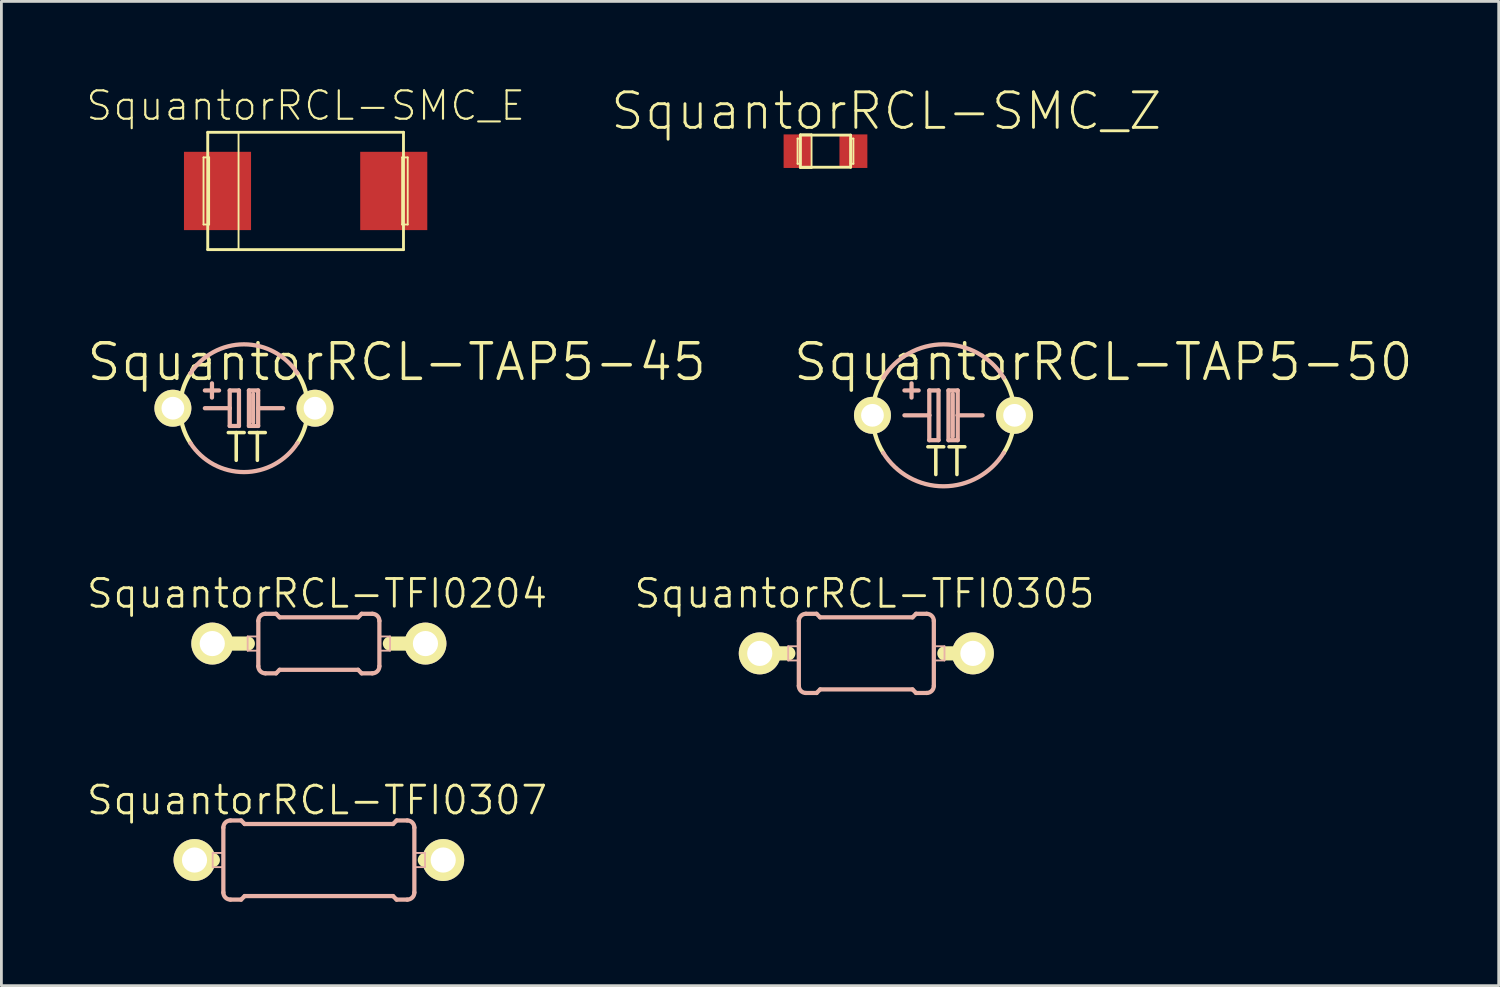
<source format=kicad_pcb>
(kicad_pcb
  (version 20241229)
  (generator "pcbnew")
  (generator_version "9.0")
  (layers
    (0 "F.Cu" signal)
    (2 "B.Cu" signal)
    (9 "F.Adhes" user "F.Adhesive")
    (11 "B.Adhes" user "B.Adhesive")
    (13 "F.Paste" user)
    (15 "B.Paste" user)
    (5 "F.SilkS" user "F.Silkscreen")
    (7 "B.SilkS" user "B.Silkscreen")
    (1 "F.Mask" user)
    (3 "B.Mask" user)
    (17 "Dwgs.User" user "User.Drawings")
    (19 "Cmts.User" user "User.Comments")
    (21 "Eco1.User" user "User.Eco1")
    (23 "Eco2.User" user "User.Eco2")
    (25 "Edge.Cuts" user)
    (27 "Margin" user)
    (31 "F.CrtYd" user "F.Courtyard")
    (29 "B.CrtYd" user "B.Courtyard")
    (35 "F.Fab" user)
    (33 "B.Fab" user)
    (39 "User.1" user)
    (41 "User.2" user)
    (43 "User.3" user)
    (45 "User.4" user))
  (footprint "SquantorRCL-TFI0204"
    (layer "F.Cu")
    (at 8.348 19.955)
    (property "Reference" "SquantorRCL-TFI0204" (at -0.064 -1.788 0) (layer "F.SilkS") (effects (font (size 0.991 0.991) (thickness 0.102))))
    (attr exclude_from_pos_files exclude_from_bom)
    (fp_line (start -3.81 0) (end -2.54 0) (stroke (width 0.508) (type solid)) (layer "F.SilkS"))
    (fp_line (start 3.81 0) (end 2.54 0) (stroke (width 0.508) (type solid)) (layer "F.SilkS"))
    (fp_line (start -2.545 -0.254) (end -2.164 -0.254) (stroke (width 0.066) (type solid)) (layer "B.SilkS"))
    (fp_line (start -2.545 0.254) (end -2.545 -0.254) (stroke (width 0.066) (type solid)) (layer "B.SilkS"))
    (fp_line (start -2.545 0.254) (end -2.164 0.254) (stroke (width 0.066) (type solid)) (layer "B.SilkS"))
    (fp_line (start -2.164 0.254) (end -2.164 -0.254) (stroke (width 0.066) (type solid)) (layer "B.SilkS"))
    (fp_line (start -2.164 0.81) (end -2.164 -0.81) (stroke (width 0.152) (type solid)) (layer "B.SilkS"))
    (fp_line (start -1.91 -1.064) (end -1.529 -1.064) (stroke (width 0.152) (type solid)) (layer "B.SilkS"))
    (fp_line (start -1.91 1.064) (end -1.529 1.064) (stroke (width 0.152) (type solid)) (layer "B.SilkS"))
    (fp_line (start -1.402 -0.937) (end -1.529 -1.064) (stroke (width 0.152) (type solid)) (layer "B.SilkS"))
    (fp_line (start -1.402 0.937) (end -1.529 1.064) (stroke (width 0.152) (type solid)) (layer "B.SilkS"))
    (fp_line (start 1.402 -0.937) (end -1.402 -0.937) (stroke (width 0.152) (type solid)) (layer "B.SilkS"))
    (fp_line (start 1.402 -0.937) (end 1.529 -1.064) (stroke (width 0.152) (type solid)) (layer "B.SilkS"))
    (fp_line (start 1.402 0.937) (end -1.402 0.937) (stroke (width 0.152) (type solid)) (layer "B.SilkS"))
    (fp_line (start 1.402 0.937) (end 1.529 1.064) (stroke (width 0.152) (type solid)) (layer "B.SilkS"))
    (fp_line (start 1.91 -1.064) (end 1.529 -1.064) (stroke (width 0.152) (type solid)) (layer "B.SilkS"))
    (fp_line (start 1.91 1.064) (end 1.529 1.064) (stroke (width 0.152) (type solid)) (layer "B.SilkS"))
    (fp_line (start 2.164 -0.254) (end 2.545 -0.254) (stroke (width 0.066) (type solid)) (layer "B.SilkS"))
    (fp_line (start 2.164 0.254) (end 2.164 -0.254) (stroke (width 0.066) (type solid)) (layer "B.SilkS"))
    (fp_line (start 2.164 0.254) (end 2.545 0.254) (stroke (width 0.066) (type solid)) (layer "B.SilkS"))
    (fp_line (start 2.164 0.81) (end 2.164 -0.81) (stroke (width 0.152) (type solid)) (layer "B.SilkS"))
    (fp_line (start 2.545 0.254) (end 2.545 -0.254) (stroke (width 0.066) (type solid)) (layer "B.SilkS"))
    (fp_arc (start -2.16408 -0.81026) (mid -2.089685 -0.989865) (end -1.91008 -1.06426) (stroke (width 0.1524) (type solid)) (layer "B.SilkS"))
    (fp_arc (start -1.91008 1.06426) (mid -2.089685 0.989865) (end -2.16408 0.81026) (stroke (width 0.1524) (type solid)) (layer "B.SilkS"))
    (fp_arc (start 1.91008 -1.06426) (mid 2.089685 -0.989865) (end 2.16408 -0.81026) (stroke (width 0.1524) (type solid)) (layer "B.SilkS"))
    (fp_arc (start 2.16408 0.81026) (mid 2.089685 0.989865) (end 1.91008 1.06426) (stroke (width 0.1524) (type solid)) (layer "B.SilkS"))
    (pad "1" thru_hole circle (at -3.81 0) (size 1.499 1.499) (drill 0.899) (layers "*.Cu" "F.Mask" "F.SilkS" "F.Paste"))
    (pad "2" thru_hole circle (at 3.81 0) (size 1.499 1.499) (drill 0.899) (layers "*.Cu" "F.Mask" "F.SilkS" "F.Paste")))
  (footprint "SquantorRCL-TAP5-45"
    (layer "F.Cu")
    (at 5.67 11.542)
    (property "Reference" "SquantorRCL-TAP5-45" (at 5.461 -1.651 0) (layer "F.SilkS") (effects (font (size 1.27 1.27) (thickness 0.127))))
    (attr exclude_from_pos_files exclude_from_bom)
    (fp_arc (start -1.91262 1.24714) (mid -2.283303 0.000267) (end -1.912912 -1.246693) (stroke (width 0.1524) (type solid)) (layer "F.SilkS"))
    (fp_arc (start 1.91262 -1.24714) (mid 2.283303 -0.000267) (end 1.912912 1.246693) (stroke (width 0.1524) (type solid)) (layer "F.SilkS"))
    (fp_line (start -1.397 0) (end -0.508 0) (stroke (width 0.152) (type solid)) (layer "B.SilkS"))
    (fp_line (start -1.143 -0.381) (end -1.143 -0.889) (stroke (width 0.152) (type solid)) (layer "B.SilkS"))
    (fp_line (start -0.889 -0.635) (end -1.397 -0.635) (stroke (width 0.152) (type solid)) (layer "B.SilkS"))
    (fp_line (start -0.508 -0.635) (end -0.508 0) (stroke (width 0.152) (type solid)) (layer "B.SilkS"))
    (fp_line (start -0.508 0) (end -0.508 0.635) (stroke (width 0.152) (type solid)) (layer "B.SilkS"))
    (fp_line (start -0.508 0.635) (end -0.178 0.635) (stroke (width 0.152) (type solid)) (layer "B.SilkS"))
    (fp_line (start -0.178 -0.635) (end -0.508 -0.635) (stroke (width 0.152) (type solid)) (layer "B.SilkS"))
    (fp_line (start -0.178 0.635) (end -0.178 -0.635) (stroke (width 0.152) (type solid)) (layer "B.SilkS"))
    (fp_line (start 0.178 -0.635) (end 0.178 0.635) (stroke (width 0.152) (type solid)) (layer "B.SilkS"))
    (fp_line (start 0.178 0.635) (end 0.508 0.635) (stroke (width 0.152) (type solid)) (layer "B.SilkS"))
    (fp_line (start 0.33 0.508) (end 0.33 -0.508) (stroke (width 0.152) (type solid)) (layer "B.SilkS"))
    (fp_line (start 0.508 -0.635) (end 0.178 -0.635) (stroke (width 0.152) (type solid)) (layer "B.SilkS"))
    (fp_line (start 0.508 0) (end 0.508 -0.635) (stroke (width 0.152) (type solid)) (layer "B.SilkS"))
    (fp_line (start 0.508 0) (end 1.397 0) (stroke (width 0.152) (type solid)) (layer "B.SilkS"))
    (fp_line (start 0.508 0.635) (end 0.508 0) (stroke (width 0.152) (type solid)) (layer "B.SilkS"))
    (fp_arc (start -1.91262 -1.24714) (mid -0.001725 -2.283303) (end 1.910733 -1.250029) (stroke (width 0.1524) (type solid)) (layer "B.SilkS"))
    (fp_arc (start 1.91262 1.24714) (mid 0.001725 2.283303) (end -1.910733 1.250029) (stroke (width 0.1524) (type solid)) (layer "B.SilkS"))
    (fp_text user "TT" (at 0.102 1.41 0) (layer "F.SilkS") (effects (font (size 0.991 0.991) (thickness 0.127))))
    (pad "+" thru_hole circle (at -2.54 0) (size 1.321 1.321) (drill 0.813) (layers "*.Cu" "F.Mask" "F.SilkS" "F.Paste"))
    (pad "-" thru_hole circle (at 2.54 0) (size 1.321 1.321) (drill 0.813) (layers "*.Cu" "F.Mask" "F.SilkS" "F.Paste")))
  (footprint "SquantorRCL-SMC_E"
    (layer "F.Cu")
    (at 7.875 3.776)
    (property "Reference" "SquantorRCL-SMC_E" (at 0 -3.048 0) (layer "F.SilkS") (effects (font (size 1.016 1.016) (thickness 0.076))))
    (attr smd)
    (fp_line (start -3.65 -1.199) (end -3.449 -1.199) (stroke (width 0.066) (type solid)) (layer "F.SilkS"))
    (fp_line (start -3.65 1.199) (end -3.65 -1.199) (stroke (width 0.066) (type solid)) (layer "F.SilkS"))
    (fp_line (start -3.65 1.199) (end -3.449 1.199) (stroke (width 0.066) (type solid)) (layer "F.SilkS"))
    (fp_line (start -3.498 -2.098) (end -2.398 -2.098) (stroke (width 0.066) (type solid)) (layer "F.SilkS"))
    (fp_line (start -3.498 -2.098) (end 3.498 -2.098) (stroke (width 0.102) (type solid)) (layer "F.SilkS"))
    (fp_line (start -3.498 2.098) (end -3.498 -2.098) (stroke (width 0.066) (type solid)) (layer "F.SilkS"))
    (fp_line (start -3.498 2.098) (end -3.498 -2.098) (stroke (width 0.102) (type solid)) (layer "F.SilkS"))
    (fp_line (start -3.498 2.098) (end -2.398 2.098) (stroke (width 0.066) (type solid)) (layer "F.SilkS"))
    (fp_line (start -3.449 1.199) (end -3.449 -1.199) (stroke (width 0.066) (type solid)) (layer "F.SilkS"))
    (fp_line (start -2.398 2.098) (end -2.398 -2.098) (stroke (width 0.066) (type solid)) (layer "F.SilkS"))
    (fp_line (start 3.449 -1.199) (end 3.65 -1.199) (stroke (width 0.066) (type solid)) (layer "F.SilkS"))
    (fp_line (start 3.449 1.199) (end 3.449 -1.199) (stroke (width 0.066) (type solid)) (layer "F.SilkS"))
    (fp_line (start 3.449 1.199) (end 3.65 1.199) (stroke (width 0.066) (type solid)) (layer "F.SilkS"))
    (fp_line (start 3.498 -2.098) (end 3.498 2.098) (stroke (width 0.102) (type solid)) (layer "F.SilkS"))
    (fp_line (start 3.498 2.098) (end -3.498 2.098) (stroke (width 0.102) (type solid)) (layer "F.SilkS"))
    (fp_line (start 3.65 1.199) (end 3.65 -1.199) (stroke (width 0.066) (type solid)) (layer "F.SilkS"))
    (pad "+" smd rect (at -3.15 0) (size 2.398 2.799) (layers "F.Cu" "F.Mask" "F.Paste"))
    (pad "-" smd rect (at 3.15 0 180) (size 2.398 2.799) (layers "F.Cu" "F.Mask" "F.Paste")))
  (footprint "SquantorRCL-TFI0307"
    (layer "F.Cu")
    (at 8.348 27.693)
    (property "Reference" "SquantorRCL-TFI0307" (at -0.064 -2.139 0) (layer "F.SilkS") (effects (font (size 0.991 0.991) (thickness 0.102))))
    (attr exclude_from_pos_files exclude_from_bom)
    (fp_line (start -4.445 0) (end -3.79 0) (stroke (width 0.508) (type solid)) (layer "F.SilkS"))
    (fp_line (start 4.445 0) (end 3.79 0) (stroke (width 0.508) (type solid)) (layer "F.SilkS"))
    (fp_line (start -3.795 -0.254) (end -3.414 -0.254) (stroke (width 0.066) (type solid)) (layer "B.SilkS"))
    (fp_line (start -3.795 0.254) (end -3.795 -0.254) (stroke (width 0.066) (type solid)) (layer "B.SilkS"))
    (fp_line (start -3.795 0.254) (end -3.414 0.254) (stroke (width 0.066) (type solid)) (layer "B.SilkS"))
    (fp_line (start -3.414 0.254) (end -3.414 -0.254) (stroke (width 0.066) (type solid)) (layer "B.SilkS"))
    (fp_line (start -3.414 1.161) (end -3.414 -1.161) (stroke (width 0.152) (type solid)) (layer "B.SilkS"))
    (fp_line (start -3.16 -1.415) (end -2.779 -1.415) (stroke (width 0.152) (type solid)) (layer "B.SilkS"))
    (fp_line (start -3.16 1.415) (end -2.779 1.415) (stroke (width 0.152) (type solid)) (layer "B.SilkS"))
    (fp_line (start -2.652 -1.288) (end -2.779 -1.415) (stroke (width 0.152) (type solid)) (layer "B.SilkS"))
    (fp_line (start -2.652 1.288) (end -2.779 1.415) (stroke (width 0.152) (type solid)) (layer "B.SilkS"))
    (fp_line (start 2.652 -1.288) (end -2.652 -1.288) (stroke (width 0.152) (type solid)) (layer "B.SilkS"))
    (fp_line (start 2.652 -1.288) (end 2.779 -1.415) (stroke (width 0.152) (type solid)) (layer "B.SilkS"))
    (fp_line (start 2.652 1.288) (end -2.652 1.288) (stroke (width 0.152) (type solid)) (layer "B.SilkS"))
    (fp_line (start 2.652 1.288) (end 2.779 1.415) (stroke (width 0.152) (type solid)) (layer "B.SilkS"))
    (fp_line (start 3.16 -1.415) (end 2.779 -1.415) (stroke (width 0.152) (type solid)) (layer "B.SilkS"))
    (fp_line (start 3.16 1.415) (end 2.779 1.415) (stroke (width 0.152) (type solid)) (layer "B.SilkS"))
    (fp_line (start 3.414 -0.254) (end 3.795 -0.254) (stroke (width 0.066) (type solid)) (layer "B.SilkS"))
    (fp_line (start 3.414 0.254) (end 3.414 -0.254) (stroke (width 0.066) (type solid)) (layer "B.SilkS"))
    (fp_line (start 3.414 0.254) (end 3.795 0.254) (stroke (width 0.066) (type solid)) (layer "B.SilkS"))
    (fp_line (start 3.414 1.161) (end 3.414 -1.161) (stroke (width 0.152) (type solid)) (layer "B.SilkS"))
    (fp_line (start 3.795 0.254) (end 3.795 -0.254) (stroke (width 0.066) (type solid)) (layer "B.SilkS"))
    (fp_arc (start -3.41376 -1.16078) (mid -3.339365 -1.340385) (end -3.15976 -1.41478) (stroke (width 0.1524) (type solid)) (layer "B.SilkS"))
    (fp_arc (start -3.15976 1.41478) (mid -3.339365 1.340385) (end -3.41376 1.16078) (stroke (width 0.1524) (type solid)) (layer "B.SilkS"))
    (fp_arc (start 3.15976 -1.41478) (mid 3.339365 -1.340385) (end 3.41376 -1.16078) (stroke (width 0.1524) (type solid)) (layer "B.SilkS"))
    (fp_arc (start 3.41376 1.16078) (mid 3.339365 1.340385) (end 3.15976 1.41478) (stroke (width 0.1524) (type solid)) (layer "B.SilkS"))
    (pad "1" thru_hole circle (at -4.445 0) (size 1.499 1.499) (drill 0.899) (layers "*.Cu" "F.Mask" "F.SilkS" "F.Paste"))
    (pad "2" thru_hole circle (at 4.445 0) (size 1.499 1.499) (drill 0.899) (layers "*.Cu" "F.Mask" "F.SilkS" "F.Paste")))
  (footprint "SquantorRCL-TAP5-50"
    (layer "F.Cu")
    (at 30.677 11.796)
    (property "Reference" "SquantorRCL-TAP5-50" (at 5.715 -1.905 0) (layer "F.SilkS") (effects (font (size 1.27 1.27) (thickness 0.127))))
    (attr exclude_from_pos_files exclude_from_bom)
    (fp_arc (start -2.15392 1.34112) (mid -2.537316 0.000359) (end -2.154299 -1.34051) (stroke (width 0.1524) (type solid)) (layer "F.SilkS"))
    (fp_arc (start 2.15392 -1.34112) (mid 2.537316 -0.000359) (end 2.154299 1.34051) (stroke (width 0.1524) (type solid)) (layer "F.SilkS"))
    (fp_line (start -1.397 0) (end -0.508 0) (stroke (width 0.152) (type solid)) (layer "B.SilkS"))
    (fp_line (start -1.143 -0.635) (end -1.143 -1.143) (stroke (width 0.152) (type solid)) (layer "B.SilkS"))
    (fp_line (start -0.889 -0.889) (end -1.397 -0.889) (stroke (width 0.152) (type solid)) (layer "B.SilkS"))
    (fp_line (start -0.508 -0.889) (end -0.508 0) (stroke (width 0.152) (type solid)) (layer "B.SilkS"))
    (fp_line (start -0.508 0) (end -0.508 0.889) (stroke (width 0.152) (type solid)) (layer "B.SilkS"))
    (fp_line (start -0.508 0.889) (end -0.178 0.889) (stroke (width 0.152) (type solid)) (layer "B.SilkS"))
    (fp_line (start -0.178 -0.889) (end -0.508 -0.889) (stroke (width 0.152) (type solid)) (layer "B.SilkS"))
    (fp_line (start -0.178 0.889) (end -0.178 -0.889) (stroke (width 0.152) (type solid)) (layer "B.SilkS"))
    (fp_line (start 0.178 -0.889) (end 0.178 0.889) (stroke (width 0.152) (type solid)) (layer "B.SilkS"))
    (fp_line (start 0.178 0.889) (end 0.508 0.889) (stroke (width 0.152) (type solid)) (layer "B.SilkS"))
    (fp_line (start 0.33 0.762) (end 0.33 -0.762) (stroke (width 0.152) (type solid)) (layer "B.SilkS"))
    (fp_line (start 0.508 -0.889) (end 0.178 -0.889) (stroke (width 0.152) (type solid)) (layer "B.SilkS"))
    (fp_line (start 0.508 0) (end 0.508 -0.889) (stroke (width 0.152) (type solid)) (layer "B.SilkS"))
    (fp_line (start 0.508 0) (end 1.397 0) (stroke (width 0.152) (type solid)) (layer "B.SilkS"))
    (fp_line (start 0.508 0.889) (end 0.508 0) (stroke (width 0.152) (type solid)) (layer "B.SilkS"))
    (fp_arc (start -2.15392 -1.34112) (mid -0.001855 -2.537316) (end 2.151957 -1.344268) (stroke (width 0.1524) (type solid)) (layer "B.SilkS"))
    (fp_arc (start 2.15392 1.34112) (mid 0.001855 2.537316) (end -2.151957 1.344268) (stroke (width 0.1524) (type solid)) (layer "B.SilkS"))
    (fp_text user "TT" (at 0.102 1.664 0) (layer "F.SilkS") (effects (font (size 0.991 0.991) (thickness 0.127))))
    (pad "+" thru_hole circle (at -2.54 0) (size 1.321 1.321) (drill 0.813) (layers "*.Cu" "F.Mask" "F.SilkS" "F.Paste"))
    (pad "-" thru_hole circle (at 2.54 0) (size 1.321 1.321) (drill 0.813) (layers "*.Cu" "F.Mask" "F.SilkS" "F.Paste")))
  (footprint "SquantorRCL-SMC_Z"
    (layer "F.Cu")
    (at 26.458 2.354)
    (property "Reference" "SquantorRCL-SMC_Z" (at 2.174 -1.433 0) (layer "F.SilkS") (effects (font (size 1.27 1.27) (thickness 0.102))))
    (attr smd)
    (fp_line (start -0.998 -0.45) (end -0.899 -0.45) (stroke (width 0.066) (type solid)) (layer "F.SilkS"))
    (fp_line (start -0.998 0.45) (end -0.998 -0.45) (stroke (width 0.066) (type solid)) (layer "F.SilkS"))
    (fp_line (start -0.998 0.45) (end -0.899 0.45) (stroke (width 0.066) (type solid)) (layer "F.SilkS"))
    (fp_line (start -0.899 -0.599) (end -0.498 -0.599) (stroke (width 0.066) (type solid)) (layer "F.SilkS"))
    (fp_line (start -0.899 -0.574) (end -0.899 0.574) (stroke (width 0.102) (type solid)) (layer "F.SilkS"))
    (fp_line (start -0.899 -0.574) (end 0.899 -0.574) (stroke (width 0.102) (type solid)) (layer "F.SilkS"))
    (fp_line (start -0.899 0.45) (end -0.899 -0.45) (stroke (width 0.066) (type solid)) (layer "F.SilkS"))
    (fp_line (start -0.899 0.599) (end -0.899 -0.599) (stroke (width 0.066) (type solid)) (layer "F.SilkS"))
    (fp_line (start -0.899 0.599) (end -0.498 0.599) (stroke (width 0.066) (type solid)) (layer "F.SilkS"))
    (fp_line (start -0.498 0.599) (end -0.498 -0.599) (stroke (width 0.066) (type solid)) (layer "F.SilkS"))
    (fp_line (start 0.899 -0.45) (end 0.998 -0.45) (stroke (width 0.066) (type solid)) (layer "F.SilkS"))
    (fp_line (start 0.899 0.45) (end 0.899 -0.45) (stroke (width 0.066) (type solid)) (layer "F.SilkS"))
    (fp_line (start 0.899 0.45) (end 0.998 0.45) (stroke (width 0.066) (type solid)) (layer "F.SilkS"))
    (fp_line (start 0.899 0.574) (end -0.899 0.574) (stroke (width 0.102) (type solid)) (layer "F.SilkS"))
    (fp_line (start 0.899 0.574) (end 0.899 -0.574) (stroke (width 0.102) (type solid)) (layer "F.SilkS"))
    (fp_line (start 0.998 0.45) (end 0.998 -0.45) (stroke (width 0.066) (type solid)) (layer "F.SilkS"))
    (pad "+" smd rect (at -0.998 0) (size 0.998 1.199) (layers "F.Cu" "F.Mask" "F.Paste"))
    (pad "-" smd rect (at 0.998 0) (size 0.998 1.199) (layers "F.Cu" "F.Mask" "F.Paste")))
  (footprint "SquantorRCL-TFI0305"
    (layer "F.Cu")
    (at 27.918 20.306)
    (property "Reference" "SquantorRCL-TFI0305" (at -0.064 -2.139 0) (layer "F.SilkS") (effects (font (size 0.991 0.991) (thickness 0.102))))
    (attr exclude_from_pos_files exclude_from_bom)
    (fp_line (start -3.81 0) (end -2.789 0) (stroke (width 0.508) (type solid)) (layer "F.SilkS"))
    (fp_line (start 3.81 0) (end 2.789 0) (stroke (width 0.508) (type solid)) (layer "F.SilkS"))
    (fp_line (start -2.794 -0.254) (end -2.413 -0.254) (stroke (width 0.066) (type solid)) (layer "B.SilkS"))
    (fp_line (start -2.794 0.254) (end -2.794 -0.254) (stroke (width 0.066) (type solid)) (layer "B.SilkS"))
    (fp_line (start -2.794 0.254) (end -2.413 0.254) (stroke (width 0.066) (type solid)) (layer "B.SilkS"))
    (fp_line (start -2.413 0.254) (end -2.413 -0.254) (stroke (width 0.066) (type solid)) (layer "B.SilkS"))
    (fp_line (start -2.413 1.161) (end -2.413 -1.161) (stroke (width 0.152) (type solid)) (layer "B.SilkS"))
    (fp_line (start -2.159 -1.415) (end -1.778 -1.415) (stroke (width 0.152) (type solid)) (layer "B.SilkS"))
    (fp_line (start -2.159 1.415) (end -1.778 1.415) (stroke (width 0.152) (type solid)) (layer "B.SilkS"))
    (fp_line (start -1.651 -1.288) (end -1.778 -1.415) (stroke (width 0.152) (type solid)) (layer "B.SilkS"))
    (fp_line (start -1.651 1.288) (end -1.778 1.415) (stroke (width 0.152) (type solid)) (layer "B.SilkS"))
    (fp_line (start 1.651 -1.288) (end -1.651 -1.288) (stroke (width 0.152) (type solid)) (layer "B.SilkS"))
    (fp_line (start 1.651 -1.288) (end 1.778 -1.415) (stroke (width 0.152) (type solid)) (layer "B.SilkS"))
    (fp_line (start 1.651 1.288) (end -1.651 1.288) (stroke (width 0.152) (type solid)) (layer "B.SilkS"))
    (fp_line (start 1.651 1.288) (end 1.778 1.415) (stroke (width 0.152) (type solid)) (layer "B.SilkS"))
    (fp_line (start 2.159 -1.415) (end 1.778 -1.415) (stroke (width 0.152) (type solid)) (layer "B.SilkS"))
    (fp_line (start 2.159 1.415) (end 1.778 1.415) (stroke (width 0.152) (type solid)) (layer "B.SilkS"))
    (fp_line (start 2.413 -0.254) (end 2.794 -0.254) (stroke (width 0.066) (type solid)) (layer "B.SilkS"))
    (fp_line (start 2.413 0.254) (end 2.413 -0.254) (stroke (width 0.066) (type solid)) (layer "B.SilkS"))
    (fp_line (start 2.413 0.254) (end 2.794 0.254) (stroke (width 0.066) (type solid)) (layer "B.SilkS"))
    (fp_line (start 2.413 1.161) (end 2.413 -1.161) (stroke (width 0.152) (type solid)) (layer "B.SilkS"))
    (fp_line (start 2.794 0.254) (end 2.794 -0.254) (stroke (width 0.066) (type solid)) (layer "B.SilkS"))
    (fp_arc (start -2.413 -1.16078) (mid -2.338605 -1.340385) (end -2.159 -1.41478) (stroke (width 0.1524) (type solid)) (layer "B.SilkS"))
    (fp_arc (start -2.159 1.41478) (mid -2.338605 1.340385) (end -2.413 1.16078) (stroke (width 0.1524) (type solid)) (layer "B.SilkS"))
    (fp_arc (start 2.159 -1.41478) (mid 2.338605 -1.340385) (end 2.413 -1.16078) (stroke (width 0.1524) (type solid)) (layer "B.SilkS"))
    (fp_arc (start 2.413 1.16078) (mid 2.338605 1.340385) (end 2.159 1.41478) (stroke (width 0.1524) (type solid)) (layer "B.SilkS"))
    (pad "1" thru_hole circle (at -3.81 0) (size 1.499 1.499) (drill 0.899) (layers "*.Cu" "F.Mask" "F.SilkS" "F.Paste"))
    (pad "2" thru_hole circle (at 3.81 0) (size 1.499 1.499) (drill 0.899) (layers "*.Cu" "F.Mask" "F.SilkS" "F.Paste")))
  (gr_rect
    (start -3 -3)
    (end 50.523 32.184)
    (stroke (width 0.1) (type default))
    (fill no)
    (layer "Edge.Cuts")))
</source>
